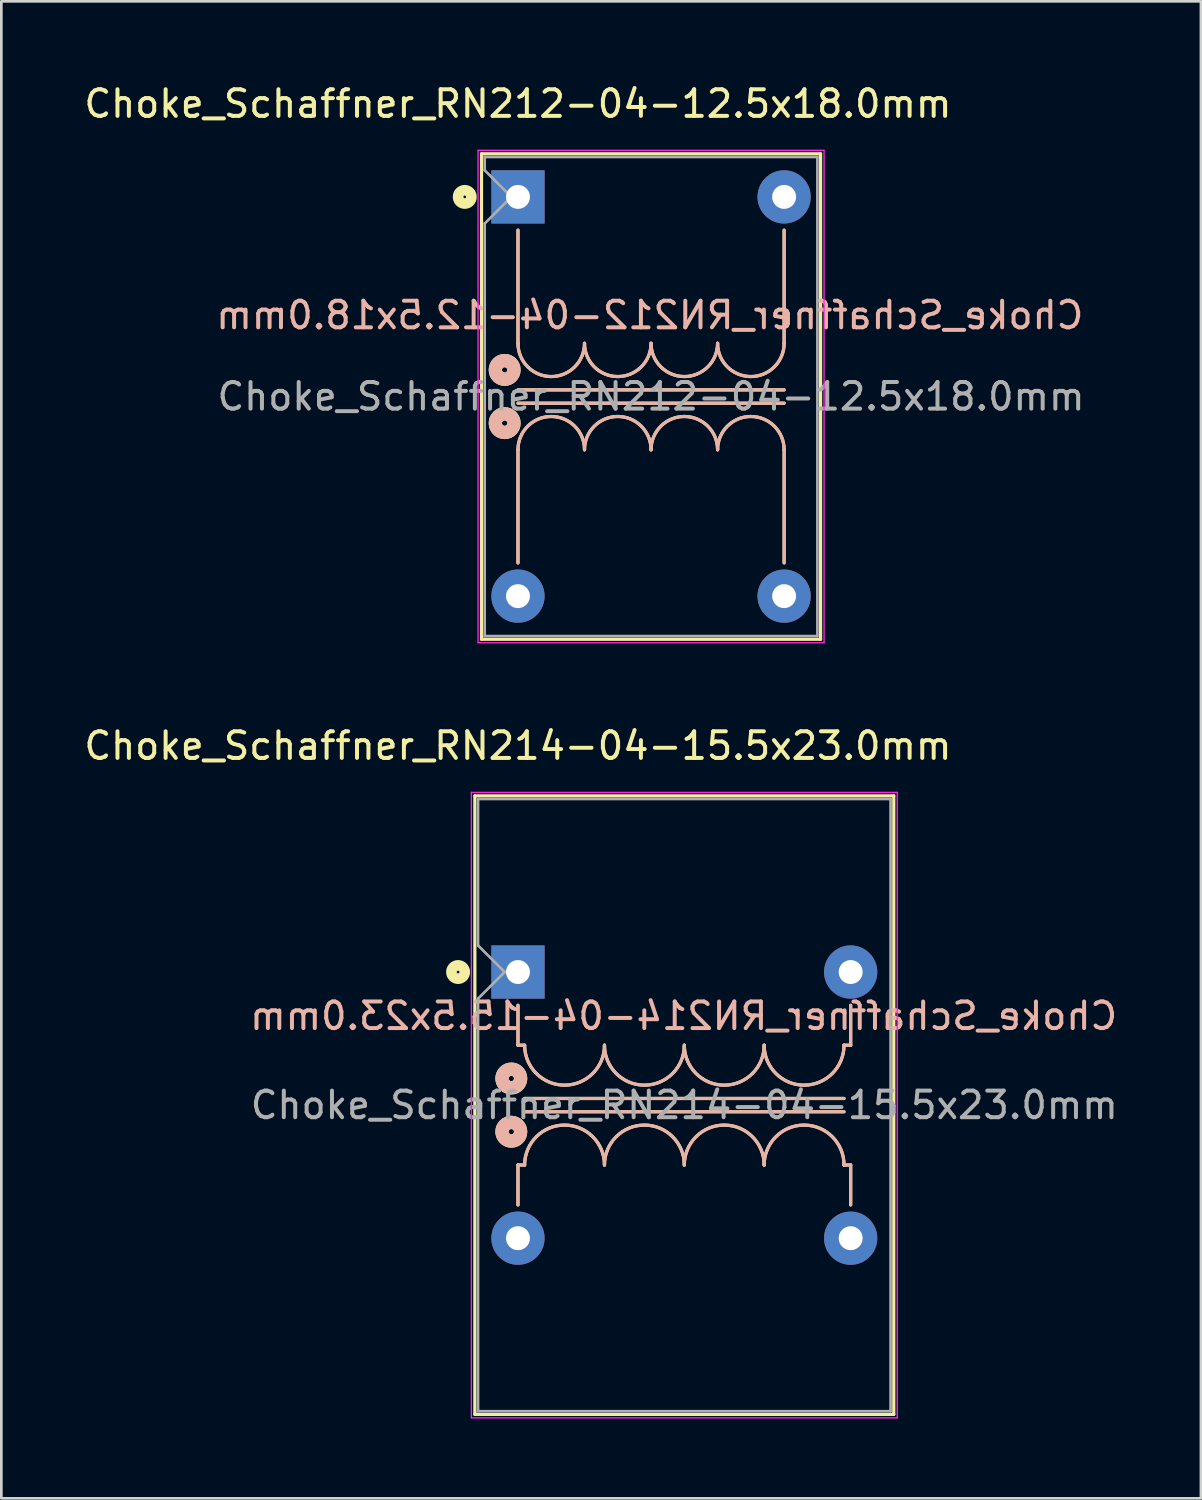
<source format=kicad_pcb>
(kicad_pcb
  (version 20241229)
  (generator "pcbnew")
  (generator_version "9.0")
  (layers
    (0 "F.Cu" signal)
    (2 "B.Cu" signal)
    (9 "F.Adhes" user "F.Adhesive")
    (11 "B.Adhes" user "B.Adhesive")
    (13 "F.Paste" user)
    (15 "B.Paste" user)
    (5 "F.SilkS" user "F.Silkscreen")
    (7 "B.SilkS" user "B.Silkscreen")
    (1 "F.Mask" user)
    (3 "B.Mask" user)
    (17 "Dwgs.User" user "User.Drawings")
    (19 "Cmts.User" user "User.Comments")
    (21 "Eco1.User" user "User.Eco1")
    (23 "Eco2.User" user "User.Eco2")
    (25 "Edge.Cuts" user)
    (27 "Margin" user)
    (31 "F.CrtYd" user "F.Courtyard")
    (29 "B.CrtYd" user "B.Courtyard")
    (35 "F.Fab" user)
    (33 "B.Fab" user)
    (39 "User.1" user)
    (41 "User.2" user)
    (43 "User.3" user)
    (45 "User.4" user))
  (footprint "Choke_Schaffner_RN212-04-12.5x18.0mm"
    (layer "F.Cu")
    (at 16.411 4.348)
    (property "Reference" "Choke_Schaffner_RN212-04-12.5x18.0mm" (at 0 -3.5 0) (layer "F.SilkS") (effects (font (size 1 1) (thickness 0.15))))
    (fp_line (start -1.37 -1.62) (end 11.37 -1.62) (stroke (width 0.12) (type solid)) (layer "F.SilkS"))
    (fp_line (start -1.37 16.62) (end -1.37 -1.62) (stroke (width 0.12) (type solid)) (layer "F.SilkS"))
    (fp_line (start 0 5.5) (end 0 1.25) (stroke (width 0.12) (type solid)) (layer "F.SilkS"))
    (fp_line (start 0 7.75) (end 10 7.75) (stroke (width 0.12) (type solid)) (layer "F.SilkS"))
    (fp_line (start 0 9.5) (end 0 13.75) (stroke (width 0.12) (type solid)) (layer "F.SilkS"))
    (fp_line (start 10 5.5) (end 10 1.25) (stroke (width 0.12) (type solid)) (layer "F.SilkS"))
    (fp_line (start 10 7.25) (end 0 7.25) (stroke (width 0.12) (type solid)) (layer "F.SilkS"))
    (fp_line (start 10 9.5) (end 10 13.75) (stroke (width 0.12) (type solid)) (layer "F.SilkS"))
    (fp_line (start 11.37 -1.62) (end 11.37 16.62) (stroke (width 0.12) (type solid)) (layer "F.SilkS"))
    (fp_line (start 11.37 16.62) (end -1.37 16.62) (stroke (width 0.12) (type solid)) (layer "F.SilkS"))
    (fp_arc (start 0 9.5) (mid 1.25 8.25) (end 2.5 9.5) (stroke (width 0.12) (type solid)) (layer "F.SilkS"))
    (fp_arc (start 2.5 5.5) (mid 1.25 6.75) (end 0 5.5) (stroke (width 0.12) (type solid)) (layer "F.SilkS"))
    (fp_arc (start 2.5 9.5) (mid 3.75 8.25) (end 5 9.5) (stroke (width 0.12) (type solid)) (layer "F.SilkS"))
    (fp_arc (start 5 5.5) (mid 3.75 6.75) (end 2.5 5.5) (stroke (width 0.12) (type solid)) (layer "F.SilkS"))
    (fp_arc (start 5 9.5) (mid 6.25 8.25) (end 7.5 9.5) (stroke (width 0.12) (type solid)) (layer "F.SilkS"))
    (fp_arc (start 7.5 5.5) (mid 6.25 6.75) (end 5 5.5) (stroke (width 0.12) (type solid)) (layer "F.SilkS"))
    (fp_arc (start 7.5 9.5) (mid 8.75 8.25) (end 10 9.5) (stroke (width 0.12) (type solid)) (layer "F.SilkS"))
    (fp_arc (start 10 5.5) (mid 8.75 6.75) (end 7.5 5.5) (stroke (width 0.12) (type solid)) (layer "F.SilkS"))
    (fp_circle (center -2 0) (end -1.95 0) (stroke (width 0.4) (type solid)) (fill no) (layer "F.SilkS"))
    (fp_circle (center -0.5 6.5) (end -0.4 6.5) (stroke (width 0.5) (type solid)) (fill no) (layer "F.SilkS"))
    (fp_circle (center -0.5 8.5) (end -0.4 8.5) (stroke (width 0.5) (type solid)) (fill no) (layer "F.SilkS"))
    (fp_line (start 0 5.5) (end 0 1.25) (stroke (width 0.12) (type solid)) (layer "B.SilkS"))
    (fp_line (start 0 7.25) (end 10 7.25) (stroke (width 0.12) (type solid)) (layer "B.SilkS"))
    (fp_line (start 0 9.5) (end 0 13.75) (stroke (width 0.12) (type solid)) (layer "B.SilkS"))
    (fp_line (start 10 5.5) (end 10 1.25) (stroke (width 0.12) (type solid)) (layer "B.SilkS"))
    (fp_line (start 10 7.75) (end 0 7.75) (stroke (width 0.12) (type solid)) (layer "B.SilkS"))
    (fp_line (start 10 9.5) (end 10 13.75) (stroke (width 0.12) (type solid)) (layer "B.SilkS"))
    (fp_arc (start 0 9.5) (mid 1.25 8.25) (end 2.5 9.5) (stroke (width 0.12) (type solid)) (layer "B.SilkS"))
    (fp_arc (start 2.5 5.5) (mid 1.25 6.75) (end 0 5.5) (stroke (width 0.12) (type solid)) (layer "B.SilkS"))
    (fp_arc (start 2.5 9.5) (mid 3.75 8.25) (end 5 9.5) (stroke (width 0.12) (type solid)) (layer "B.SilkS"))
    (fp_arc (start 5 5.5) (mid 3.75 6.75) (end 2.5 5.5) (stroke (width 0.12) (type solid)) (layer "B.SilkS"))
    (fp_arc (start 5 9.5) (mid 6.25 8.25) (end 7.5 9.5) (stroke (width 0.12) (type solid)) (layer "B.SilkS"))
    (fp_arc (start 7.5 5.5) (mid 6.25 6.75) (end 5 5.5) (stroke (width 0.12) (type solid)) (layer "B.SilkS"))
    (fp_arc (start 7.5 9.5) (mid 8.75 8.25) (end 10 9.5) (stroke (width 0.12) (type solid)) (layer "B.SilkS"))
    (fp_arc (start 10 5.5) (mid 8.75 6.75) (end 7.5 5.5) (stroke (width 0.12) (type solid)) (layer "B.SilkS"))
    (fp_circle (center -0.5 6.5) (end -0.4 6.5) (stroke (width 0.5) (type solid)) (fill no) (layer "B.SilkS"))
    (fp_circle (center -0.5 8.5) (end -0.4 8.5) (stroke (width 0.5) (type solid)) (fill no) (layer "B.SilkS"))
    (fp_line (start -1.5 -1.75) (end -1.5 16.75) (stroke (width 0.05) (type solid)) (layer "F.CrtYd"))
    (fp_line (start -1.5 16.75) (end 11.5 16.75) (stroke (width 0.05) (type solid)) (layer "F.CrtYd"))
    (fp_line (start 11.5 -1.75) (end -1.5 -1.75) (stroke (width 0.05) (type solid)) (layer "F.CrtYd"))
    (fp_line (start 11.5 16.75) (end 11.5 -1.75) (stroke (width 0.05) (type solid)) (layer "F.CrtYd"))
    (fp_line (start -1.25 -1.5) (end 11.25 -1.5) (stroke (width 0.1) (type solid)) (layer "F.Fab"))
    (fp_line (start -1.25 -1) (end -1.25 -1.5) (stroke (width 0.1) (type solid)) (layer "F.Fab"))
    (fp_line (start -1.25 1) (end -0.25 0) (stroke (width 0.1) (type solid)) (layer "F.Fab"))
    (fp_line (start -1.25 16.5) (end -1.25 1) (stroke (width 0.1) (type solid)) (layer "F.Fab"))
    (fp_line (start -0.25 0) (end -1.25 -1) (stroke (width 0.1) (type solid)) (layer "F.Fab"))
    (fp_line (start 11.25 -1.5) (end 11.25 16.5) (stroke (width 0.1) (type solid)) (layer "F.Fab"))
    (fp_line (start 11.25 16.5) (end -1.25 16.5) (stroke (width 0.1) (type solid)) (layer "F.Fab"))
    (fp_text user "${REFERENCE}" (at 4.953 4.445 0) (layer "B.SilkS") (effects (font (size 1 1) (thickness 0.15)) (justify mirror)))
    (fp_text user "${REFERENCE}" (at 5 7.5 0) (layer "F.Fab") (effects (font (size 1 1) (thickness 0.15))))
    (pad "1" thru_hole rect (at 0 0) (size 2 2) (drill 0.9) (layers "*.Cu" "*.Mask"))
    (pad "2" thru_hole circle (at 10 0) (size 2 2) (drill 0.9) (layers "*.Cu" "*.Mask"))
    (pad "3" thru_hole circle (at 0 15) (size 2 2) (drill 0.9) (layers "*.Cu" "*.Mask"))
    (pad "4" thru_hole circle (at 10 15) (size 2 2) (drill 0.9) (layers "*.Cu" "*.Mask")))
  (footprint "Choke_Schaffner_RN214-04-15.5x23.0mm"
    (layer "F.Cu")
    (at 16.411 33.471)
    (property "Reference" "Choke_Schaffner_RN214-04-15.5x23.0mm" (at 0 -8.5 0) (layer "F.SilkS") (effects (font (size 1 1) (thickness 0.15))))
    (fp_line (start -1.62 -6.62) (end 14.12 -6.62) (stroke (width 0.12) (type solid)) (layer "F.SilkS"))
    (fp_line (start -1.62 16.62) (end -1.62 -6.62) (stroke (width 0.12) (type solid)) (layer "F.SilkS"))
    (fp_line (start 0 2.75) (end 0 1.25) (stroke (width 0.12) (type solid)) (layer "F.SilkS"))
    (fp_line (start 0 7.25) (end 0 8.75) (stroke (width 0.12) (type solid)) (layer "F.SilkS"))
    (fp_line (start 0.25 2.75) (end 0 2.75) (stroke (width 0.12) (type solid)) (layer "F.SilkS"))
    (fp_line (start 0.25 5.25) (end 12.25 5.25) (stroke (width 0.12) (type solid)) (layer "F.SilkS"))
    (fp_line (start 0.25 7.25) (end 0 7.25) (stroke (width 0.12) (type solid)) (layer "F.SilkS"))
    (fp_line (start 12.25 2.75) (end 12.5 2.75) (stroke (width 0.12) (type solid)) (layer "F.SilkS"))
    (fp_line (start 12.25 4.75) (end 0.25 4.75) (stroke (width 0.12) (type solid)) (layer "F.SilkS"))
    (fp_line (start 12.25 7.25) (end 12.5 7.25) (stroke (width 0.12) (type solid)) (layer "F.SilkS"))
    (fp_line (start 12.5 2.75) (end 12.5 1.25) (stroke (width 0.12) (type solid)) (layer "F.SilkS"))
    (fp_line (start 12.5 7.25) (end 12.5 8.75) (stroke (width 0.12) (type solid)) (layer "F.SilkS"))
    (fp_line (start 14.12 -6.62) (end 14.12 16.62) (stroke (width 0.12) (type solid)) (layer "F.SilkS"))
    (fp_line (start 14.12 16.62) (end -1.62 16.62) (stroke (width 0.12) (type solid)) (layer "F.SilkS"))
    (fp_arc (start 0.25 7.25) (mid 1.75 5.75) (end 3.25 7.25) (stroke (width 0.12) (type solid)) (layer "F.SilkS"))
    (fp_arc (start 3.25 2.75) (mid 1.75 4.25) (end 0.25 2.75) (stroke (width 0.12) (type solid)) (layer "F.SilkS"))
    (fp_arc (start 3.25 7.25) (mid 4.75 5.75) (end 6.25 7.25) (stroke (width 0.12) (type solid)) (layer "F.SilkS"))
    (fp_arc (start 6.25 2.75) (mid 4.75 4.25) (end 3.25 2.75) (stroke (width 0.12) (type solid)) (layer "F.SilkS"))
    (fp_arc (start 6.25 7.25) (mid 7.75 5.75) (end 9.25 7.25) (stroke (width 0.12) (type solid)) (layer "F.SilkS"))
    (fp_arc (start 9.25 2.75) (mid 7.75 4.25) (end 6.25 2.75) (stroke (width 0.12) (type solid)) (layer "F.SilkS"))
    (fp_arc (start 9.25 7.25) (mid 10.75 5.75) (end 12.25 7.25) (stroke (width 0.12) (type solid)) (layer "F.SilkS"))
    (fp_arc (start 12.25 2.75) (mid 10.75 4.25) (end 9.25 2.75) (stroke (width 0.12) (type solid)) (layer "F.SilkS"))
    (fp_circle (center -2.25 0) (end -2.2 0) (stroke (width 0.4) (type solid)) (fill no) (layer "F.SilkS"))
    (fp_circle (center -0.25 4) (end -0.15 4) (stroke (width 0.5) (type solid)) (fill no) (layer "F.SilkS"))
    (fp_circle (center -0.25 6) (end -0.15 6) (stroke (width 0.5) (type solid)) (fill no) (layer "F.SilkS"))
    (fp_line (start 0 2.75) (end 0 1.25) (stroke (width 0.12) (type solid)) (layer "B.SilkS"))
    (fp_line (start 0 7.25) (end 0 8.75) (stroke (width 0.12) (type solid)) (layer "B.SilkS"))
    (fp_line (start 0.25 2.75) (end 0 2.75) (stroke (width 0.12) (type solid)) (layer "B.SilkS"))
    (fp_line (start 0.25 4.75) (end 12.25 4.75) (stroke (width 0.12) (type solid)) (layer "B.SilkS"))
    (fp_line (start 0.25 7.25) (end 0 7.25) (stroke (width 0.12) (type solid)) (layer "B.SilkS"))
    (fp_line (start 12.25 2.75) (end 12.5 2.75) (stroke (width 0.12) (type solid)) (layer "B.SilkS"))
    (fp_line (start 12.25 5.25) (end 0.25 5.25) (stroke (width 0.12) (type solid)) (layer "B.SilkS"))
    (fp_line (start 12.25 7.25) (end 12.5 7.25) (stroke (width 0.12) (type solid)) (layer "B.SilkS"))
    (fp_line (start 12.5 2.75) (end 12.5 1.25) (stroke (width 0.12) (type solid)) (layer "B.SilkS"))
    (fp_line (start 12.5 7.25) (end 12.5 8.75) (stroke (width 0.12) (type solid)) (layer "B.SilkS"))
    (fp_arc (start 0.25 7.25) (mid 1.75 5.75) (end 3.25 7.25) (stroke (width 0.12) (type solid)) (layer "B.SilkS"))
    (fp_arc (start 3.25 2.75) (mid 1.75 4.25) (end 0.25 2.75) (stroke (width 0.12) (type solid)) (layer "B.SilkS"))
    (fp_arc (start 3.25 7.25) (mid 4.75 5.75) (end 6.25 7.25) (stroke (width 0.12) (type solid)) (layer "B.SilkS"))
    (fp_arc (start 6.25 2.75) (mid 4.75 4.25) (end 3.25 2.75) (stroke (width 0.12) (type solid)) (layer "B.SilkS"))
    (fp_arc (start 6.25 7.25) (mid 7.75 5.75) (end 9.25 7.25) (stroke (width 0.12) (type solid)) (layer "B.SilkS"))
    (fp_arc (start 9.25 2.75) (mid 7.75 4.25) (end 6.25 2.75) (stroke (width 0.12) (type solid)) (layer "B.SilkS"))
    (fp_arc (start 9.25 7.25) (mid 10.75 5.75) (end 12.25 7.25) (stroke (width 0.12) (type solid)) (layer "B.SilkS"))
    (fp_arc (start 12.25 2.75) (mid 10.75 4.25) (end 9.25 2.75) (stroke (width 0.12) (type solid)) (layer "B.SilkS"))
    (fp_circle (center -0.25 4) (end -0.15 4) (stroke (width 0.5) (type solid)) (fill no) (layer "B.SilkS"))
    (fp_circle (center -0.25 6) (end -0.15 6) (stroke (width 0.5) (type solid)) (fill no) (layer "B.SilkS"))
    (fp_line (start -1.75 -6.75) (end -1.75 16.75) (stroke (width 0.05) (type solid)) (layer "F.CrtYd"))
    (fp_line (start -1.75 16.75) (end 14.25 16.75) (stroke (width 0.05) (type solid)) (layer "F.CrtYd"))
    (fp_line (start 14.25 -6.75) (end -1.75 -6.75) (stroke (width 0.05) (type solid)) (layer "F.CrtYd"))
    (fp_line (start 14.25 16.75) (end 14.25 -6.75) (stroke (width 0.05) (type solid)) (layer "F.CrtYd"))
    (fp_line (start -1.5 -6.5) (end 14 -6.5) (stroke (width 0.1) (type solid)) (layer "F.Fab"))
    (fp_line (start -1.5 -1) (end -1.5 -6.5) (stroke (width 0.1) (type solid)) (layer "F.Fab"))
    (fp_line (start -1.5 1) (end -0.5 0) (stroke (width 0.1) (type solid)) (layer "F.Fab"))
    (fp_line (start -1.5 16.5) (end -1.5 1) (stroke (width 0.1) (type solid)) (layer "F.Fab"))
    (fp_line (start -0.5 0) (end -1.5 -1) (stroke (width 0.1) (type solid)) (layer "F.Fab"))
    (fp_line (start 14 -6.5) (end 14 16.5) (stroke (width 0.1) (type solid)) (layer "F.Fab"))
    (fp_line (start 14 16.5) (end -1.5 16.5) (stroke (width 0.1) (type solid)) (layer "F.Fab"))
    (fp_text user "${REFERENCE}" (at 6.223 1.651 0) (layer "B.SilkS") (effects (font (size 1 1) (thickness 0.15)) (justify mirror)))
    (fp_text user "${REFERENCE}" (at 6.25 5 0) (layer "F.Fab") (effects (font (size 1 1) (thickness 0.15))))
    (pad "1" thru_hole rect (at 0 0) (size 2 2) (drill 0.9) (layers "*.Cu" "*.Mask"))
    (pad "2" thru_hole circle (at 12.5 0) (size 2 2) (drill 0.9) (layers "*.Cu" "*.Mask"))
    (pad "3" thru_hole circle (at 0 10) (size 2 2) (drill 0.9) (layers "*.Cu" "*.Mask"))
    (pad "4" thru_hole circle (at 12.5 10) (size 2 2) (drill 0.9) (layers "*.Cu" "*.Mask")))
  (gr_rect
    (start -3 -3)
    (end 42.071 53.246)
    (stroke (width 0.1) (type default))
    (fill no)
    (layer "Edge.Cuts")))
</source>
